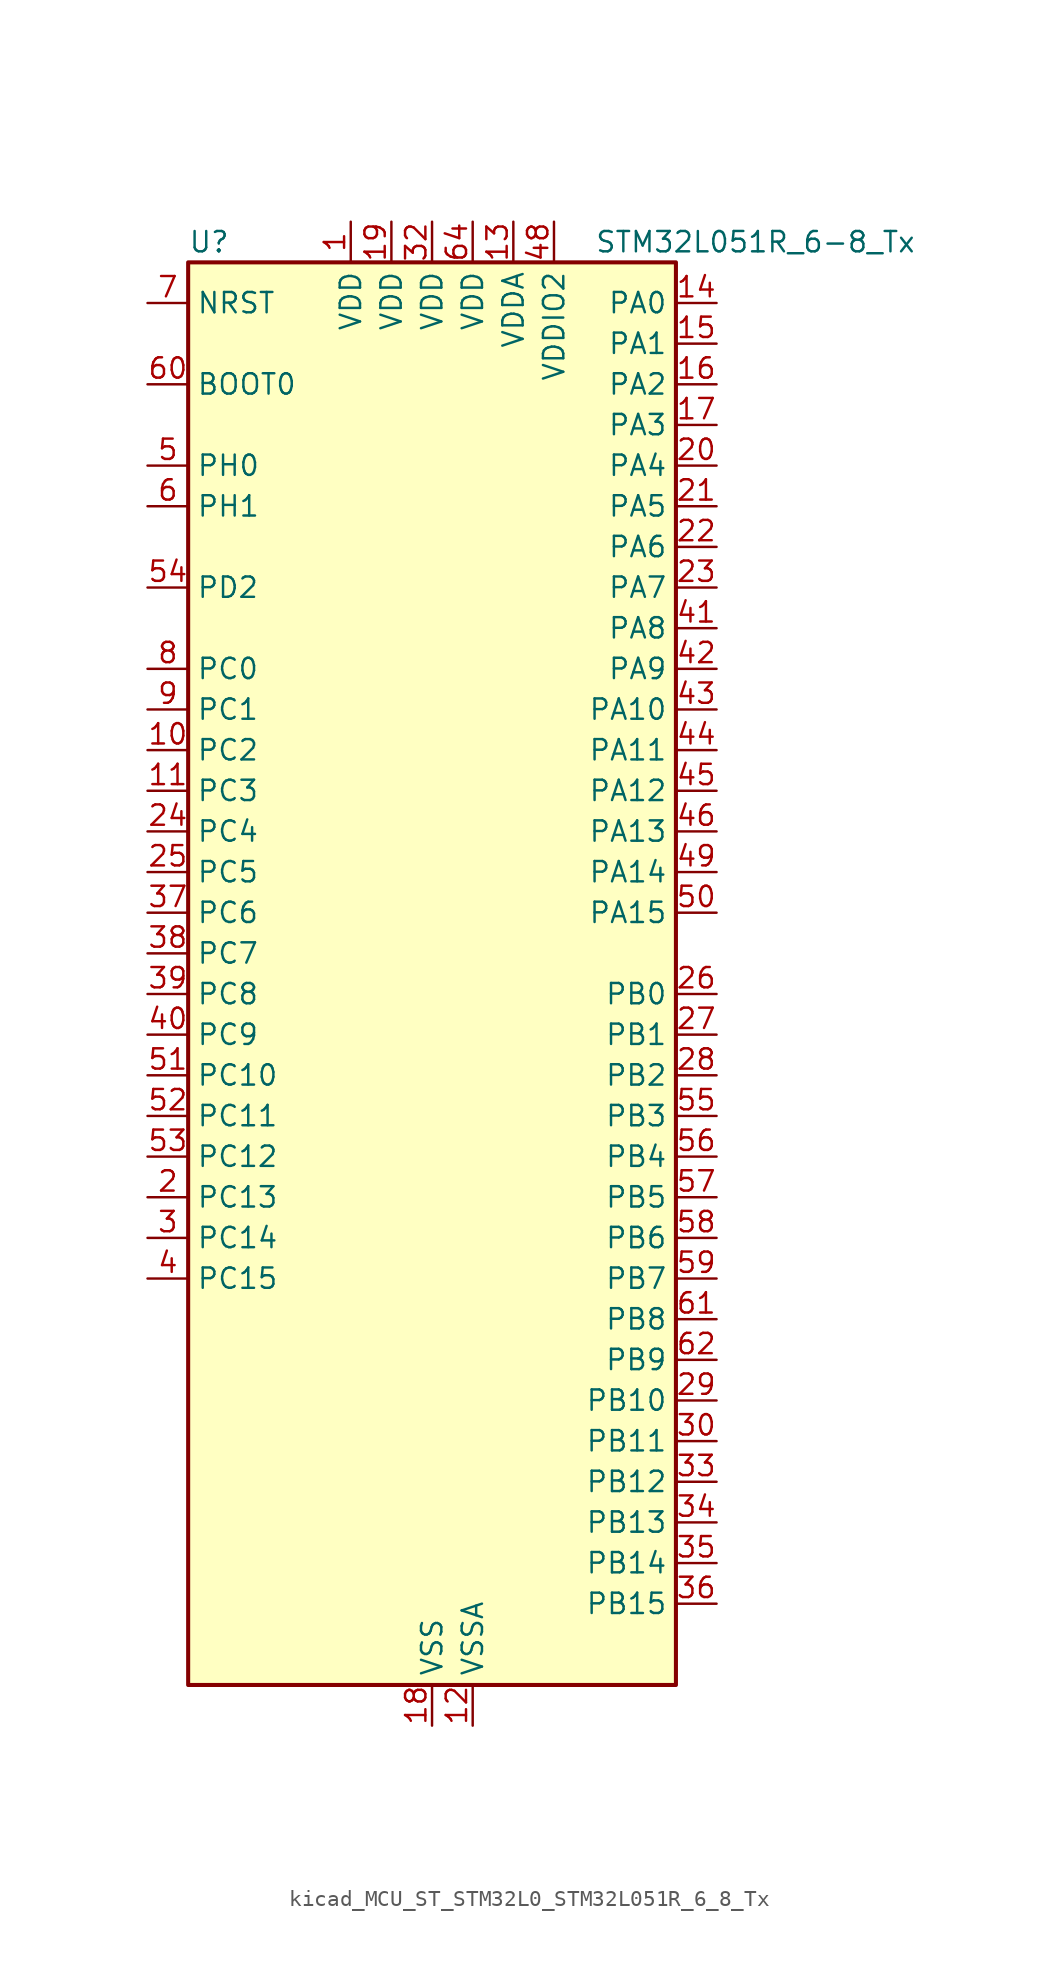
<source format=kicad_sym>
(kicad_symbol_lib
  (version 20220914)
  (generator kicad_symbol_editor)
  (symbol "kicad_MCU_ST_STM32L0_STM32L051R_6_8_Tx"
    (property "Reference" "U"
      (at -15.24 46.99 0)
      (effects (font (size 1.27 1.27)) (justify left)))
    (property "Value" "STM32L051R_6-8_Tx"
      (at 10.16 46.99 0)
      (effects (font (size 1.27 1.27)) (justify left)))
    (property "ki_locked" ""
      (at 0 0 0)
      (effects (font (size 1.27 1.27))))
    (symbol "kicad_MCU_ST_STM32L0_STM32L051R_6_8_Tx_0_1"
      (rectangle (start -15.24 -43.18) (end 15.24 45.72) (stroke (width 0.254) (type default)) (fill (type background))))
    (symbol "kicad_MCU_ST_STM32L0_STM32L051R_6_8_Tx_1_1"
      (pin power_in line (at -5.08 48.26 270) (length 2.54) (name "VDD" (effects (font (size 1.27 1.27)))) (number "1" (effects (font (size 1.27 1.27)))))
      (pin bidirectional line (at -17.78 15.24 0) (length 2.54) (name "PC2" (effects (font (size 1.27 1.27)))) (number "10" (effects (font (size 1.27 1.27)))) (alternate "ADC_IN12" bidirectional line) (alternate "I2S2_MCK" bidirectional line) (alternate "LPTIM1_IN2" bidirectional line) (alternate "SPI2_MISO" bidirectional line))
      (pin bidirectional line (at -17.78 12.7 0) (length 2.54) (name "PC3" (effects (font (size 1.27 1.27)))) (number "11" (effects (font (size 1.27 1.27)))) (alternate "ADC_IN13" bidirectional line) (alternate "I2S2_SD" bidirectional line) (alternate "LPTIM1_ETR" bidirectional line) (alternate "SPI2_MOSI" bidirectional line))
      (pin power_in line (at 2.54 -45.72 90) (length 2.54) (name "VSSA" (effects (font (size 1.27 1.27)))) (number "12" (effects (font (size 1.27 1.27)))))
      (pin power_in line (at 5.08 48.26 270) (length 2.54) (name "VDDA" (effects (font (size 1.27 1.27)))) (number "13" (effects (font (size 1.27 1.27)))))
      (pin bidirectional line (at 17.78 43.18 180) (length 2.54) (name "PA0" (effects (font (size 1.27 1.27)))) (number "14" (effects (font (size 1.27 1.27)))) (alternate "ADC_IN0" bidirectional line) (alternate "COMP1_INM" bidirectional line) (alternate "COMP1_OUT" bidirectional line) (alternate "RTC_TAMP2" bidirectional line) (alternate "SYS_WKUP1" bidirectional line) (alternate "TIM2_CH1" bidirectional line) (alternate "TIM2_ETR" bidirectional line) (alternate "USART2_CTS" bidirectional line))
      (pin bidirectional line (at 17.78 40.64 180) (length 2.54) (name "PA1" (effects (font (size 1.27 1.27)))) (number "15" (effects (font (size 1.27 1.27)))) (alternate "ADC_IN1" bidirectional line) (alternate "COMP1_INP" bidirectional line) (alternate "TIM21_ETR" bidirectional line) (alternate "TIM2_CH2" bidirectional line) (alternate "USART2_DE" bidirectional line) (alternate "USART2_RTS" bidirectional line))
      (pin bidirectional line (at 17.78 38.1 180) (length 2.54) (name "PA2" (effects (font (size 1.27 1.27)))) (number "16" (effects (font (size 1.27 1.27)))) (alternate "ADC_IN2" bidirectional line) (alternate "COMP2_INM" bidirectional line) (alternate "COMP2_OUT" bidirectional line) (alternate "TIM21_CH1" bidirectional line) (alternate "TIM2_CH3" bidirectional line) (alternate "USART2_TX" bidirectional line))
      (pin bidirectional line (at 17.78 35.56 180) (length 2.54) (name "PA3" (effects (font (size 1.27 1.27)))) (number "17" (effects (font (size 1.27 1.27)))) (alternate "ADC_IN3" bidirectional line) (alternate "COMP2_INP" bidirectional line) (alternate "TIM21_CH2" bidirectional line) (alternate "TIM2_CH4" bidirectional line) (alternate "USART2_RX" bidirectional line))
      (pin power_in line (at 0 -45.72 90) (length 2.54) (name "VSS" (effects (font (size 1.27 1.27)))) (number "18" (effects (font (size 1.27 1.27)))))
      (pin power_in line (at -2.54 48.26 270) (length 2.54) (name "VDD" (effects (font (size 1.27 1.27)))) (number "19" (effects (font (size 1.27 1.27)))))
      (pin bidirectional line (at -17.78 -12.7 0) (length 2.54) (name "PC13" (effects (font (size 1.27 1.27)))) (number "2" (effects (font (size 1.27 1.27)))) (alternate "RTC_OUT_ALARM" bidirectional line) (alternate "RTC_OUT_CALIB" bidirectional line) (alternate "RTC_TAMP1" bidirectional line) (alternate "RTC_TS" bidirectional line) (alternate "SYS_WKUP2" bidirectional line))
      (pin bidirectional line (at 17.78 33.02 180) (length 2.54) (name "PA4" (effects (font (size 1.27 1.27)))) (number "20" (effects (font (size 1.27 1.27)))) (alternate "ADC_IN4" bidirectional line) (alternate "COMP1_INM" bidirectional line) (alternate "COMP2_INM" bidirectional line) (alternate "SPI1_NSS" bidirectional line) (alternate "TIM22_ETR" bidirectional line) (alternate "USART2_CK" bidirectional line))
      (pin bidirectional line (at 17.78 30.48 180) (length 2.54) (name "PA5" (effects (font (size 1.27 1.27)))) (number "21" (effects (font (size 1.27 1.27)))) (alternate "ADC_IN5" bidirectional line) (alternate "COMP1_INM" bidirectional line) (alternate "COMP2_INM" bidirectional line) (alternate "SPI1_SCK" bidirectional line) (alternate "TIM2_CH1" bidirectional line) (alternate "TIM2_ETR" bidirectional line))
      (pin bidirectional line (at 17.78 27.94 180) (length 2.54) (name "PA6" (effects (font (size 1.27 1.27)))) (number "22" (effects (font (size 1.27 1.27)))) (alternate "ADC_IN6" bidirectional line) (alternate "COMP1_OUT" bidirectional line) (alternate "LPUART1_CTS" bidirectional line) (alternate "SPI1_MISO" bidirectional line) (alternate "TIM22_CH1" bidirectional line))
      (pin bidirectional line (at 17.78 25.4 180) (length 2.54) (name "PA7" (effects (font (size 1.27 1.27)))) (number "23" (effects (font (size 1.27 1.27)))) (alternate "ADC_IN7" bidirectional line) (alternate "COMP2_OUT" bidirectional line) (alternate "SPI1_MOSI" bidirectional line) (alternate "TIM22_CH2" bidirectional line))
      (pin bidirectional line (at -17.78 10.16 0) (length 2.54) (name "PC4" (effects (font (size 1.27 1.27)))) (number "24" (effects (font (size 1.27 1.27)))) (alternate "ADC_IN14" bidirectional line) (alternate "LPUART1_TX" bidirectional line))
      (pin bidirectional line (at -17.78 7.62 0) (length 2.54) (name "PC5" (effects (font (size 1.27 1.27)))) (number "25" (effects (font (size 1.27 1.27)))) (alternate "ADC_IN15" bidirectional line) (alternate "LPUART1_RX" bidirectional line))
      (pin bidirectional line (at 17.78 0 180) (length 2.54) (name "PB0" (effects (font (size 1.27 1.27)))) (number "26" (effects (font (size 1.27 1.27)))) (alternate "ADC_IN8" bidirectional line) (alternate "SYS_VREF_OUT_PB0" bidirectional line))
      (pin bidirectional line (at 17.78 -2.54 180) (length 2.54) (name "PB1" (effects (font (size 1.27 1.27)))) (number "27" (effects (font (size 1.27 1.27)))) (alternate "ADC_IN9" bidirectional line) (alternate "LPUART1_DE" bidirectional line) (alternate "LPUART1_RTS" bidirectional line) (alternate "SYS_VREF_OUT_PB1" bidirectional line))
      (pin bidirectional line (at 17.78 -5.08 180) (length 2.54) (name "PB2" (effects (font (size 1.27 1.27)))) (number "28" (effects (font (size 1.27 1.27)))) (alternate "LPTIM1_OUT" bidirectional line))
      (pin bidirectional line (at 17.78 -25.4 180) (length 2.54) (name "PB10" (effects (font (size 1.27 1.27)))) (number "29" (effects (font (size 1.27 1.27)))) (alternate "I2C2_SCL" bidirectional line) (alternate "LPUART1_TX" bidirectional line) (alternate "SPI2_SCK" bidirectional line) (alternate "TIM2_CH3" bidirectional line))
      (pin bidirectional line (at -17.78 -15.24 0) (length 2.54) (name "PC14" (effects (font (size 1.27 1.27)))) (number "3" (effects (font (size 1.27 1.27)))) (alternate "RCC_OSC32_IN" bidirectional line))
      (pin bidirectional line (at 17.78 -27.94 180) (length 2.54) (name "PB11" (effects (font (size 1.27 1.27)))) (number "30" (effects (font (size 1.27 1.27)))) (alternate "ADC_EXTI11" bidirectional line) (alternate "I2C2_SDA" bidirectional line) (alternate "LPUART1_RX" bidirectional line) (alternate "TIM2_CH4" bidirectional line))
      (pin passive line (at 0 -45.72 90) (length 2.54) hide (name "VSS" (effects (font (size 1.27 1.27)))) (number "31" (effects (font (size 1.27 1.27)))))
      (pin power_in line (at 0 48.26 270) (length 2.54) (name "VDD" (effects (font (size 1.27 1.27)))) (number "32" (effects (font (size 1.27 1.27)))))
      (pin bidirectional line (at 17.78 -30.48 180) (length 2.54) (name "PB12" (effects (font (size 1.27 1.27)))) (number "33" (effects (font (size 1.27 1.27)))) (alternate "I2S2_WS" bidirectional line) (alternate "LPUART1_DE" bidirectional line) (alternate "LPUART1_RTS" bidirectional line) (alternate "SPI2_NSS" bidirectional line))
      (pin bidirectional line (at 17.78 -33.02 180) (length 2.54) (name "PB13" (effects (font (size 1.27 1.27)))) (number "34" (effects (font (size 1.27 1.27)))) (alternate "I2C2_SCL" bidirectional line) (alternate "I2S2_CK" bidirectional line) (alternate "LPUART1_CTS" bidirectional line) (alternate "SPI2_SCK" bidirectional line) (alternate "TIM21_CH1" bidirectional line))
      (pin bidirectional line (at 17.78 -35.56 180) (length 2.54) (name "PB14" (effects (font (size 1.27 1.27)))) (number "35" (effects (font (size 1.27 1.27)))) (alternate "I2C2_SDA" bidirectional line) (alternate "I2S2_MCK" bidirectional line) (alternate "LPUART1_DE" bidirectional line) (alternate "LPUART1_RTS" bidirectional line) (alternate "RTC_OUT_ALARM" bidirectional line) (alternate "RTC_OUT_CALIB" bidirectional line) (alternate "SPI2_MISO" bidirectional line) (alternate "TIM21_CH2" bidirectional line))
      (pin bidirectional line (at 17.78 -38.1 180) (length 2.54) (name "PB15" (effects (font (size 1.27 1.27)))) (number "36" (effects (font (size 1.27 1.27)))) (alternate "I2S2_SD" bidirectional line) (alternate "RTC_REFIN" bidirectional line) (alternate "SPI2_MOSI" bidirectional line))
      (pin bidirectional line (at -17.78 5.08 0) (length 2.54) (name "PC6" (effects (font (size 1.27 1.27)))) (number "37" (effects (font (size 1.27 1.27)))) (alternate "TIM22_CH1" bidirectional line))
      (pin bidirectional line (at -17.78 2.54 0) (length 2.54) (name "PC7" (effects (font (size 1.27 1.27)))) (number "38" (effects (font (size 1.27 1.27)))) (alternate "TIM22_CH2" bidirectional line))
      (pin bidirectional line (at -17.78 0 0) (length 2.54) (name "PC8" (effects (font (size 1.27 1.27)))) (number "39" (effects (font (size 1.27 1.27)))) (alternate "TIM22_ETR" bidirectional line))
      (pin bidirectional line (at -17.78 -17.78 0) (length 2.54) (name "PC15" (effects (font (size 1.27 1.27)))) (number "4" (effects (font (size 1.27 1.27)))) (alternate "RCC_OSC32_OUT" bidirectional line))
      (pin bidirectional line (at -17.78 -2.54 0) (length 2.54) (name "PC9" (effects (font (size 1.27 1.27)))) (number "40" (effects (font (size 1.27 1.27)))) (alternate "TIM21_ETR" bidirectional line))
      (pin bidirectional line (at 17.78 22.86 180) (length 2.54) (name "PA8" (effects (font (size 1.27 1.27)))) (number "41" (effects (font (size 1.27 1.27)))) (alternate "RCC_MCO" bidirectional line) (alternate "USART1_CK" bidirectional line))
      (pin bidirectional line (at 17.78 20.32 180) (length 2.54) (name "PA9" (effects (font (size 1.27 1.27)))) (number "42" (effects (font (size 1.27 1.27)))) (alternate "RCC_MCO" bidirectional line) (alternate "USART1_TX" bidirectional line))
      (pin bidirectional line (at 17.78 17.78 180) (length 2.54) (name "PA10" (effects (font (size 1.27 1.27)))) (number "43" (effects (font (size 1.27 1.27)))) (alternate "USART1_RX" bidirectional line))
      (pin bidirectional line (at 17.78 15.24 180) (length 2.54) (name "PA11" (effects (font (size 1.27 1.27)))) (number "44" (effects (font (size 1.27 1.27)))) (alternate "ADC_EXTI11" bidirectional line) (alternate "COMP1_OUT" bidirectional line) (alternate "SPI1_MISO" bidirectional line) (alternate "USART1_CTS" bidirectional line))
      (pin bidirectional line (at 17.78 12.7 180) (length 2.54) (name "PA12" (effects (font (size 1.27 1.27)))) (number "45" (effects (font (size 1.27 1.27)))) (alternate "COMP2_OUT" bidirectional line) (alternate "SPI1_MOSI" bidirectional line) (alternate "USART1_DE" bidirectional line) (alternate "USART1_RTS" bidirectional line))
      (pin bidirectional line (at 17.78 10.16 180) (length 2.54) (name "PA13" (effects (font (size 1.27 1.27)))) (number "46" (effects (font (size 1.27 1.27)))) (alternate "SYS_SWDIO" bidirectional line))
      (pin passive line (at 0 -45.72 90) (length 2.54) hide (name "VSS" (effects (font (size 1.27 1.27)))) (number "47" (effects (font (size 1.27 1.27)))))
      (pin power_in line (at 7.62 48.26 270) (length 2.54) (name "VDDIO2" (effects (font (size 1.27 1.27)))) (number "48" (effects (font (size 1.27 1.27)))))
      (pin bidirectional line (at 17.78 7.62 180) (length 2.54) (name "PA14" (effects (font (size 1.27 1.27)))) (number "49" (effects (font (size 1.27 1.27)))) (alternate "SYS_SWCLK" bidirectional line) (alternate "USART2_TX" bidirectional line))
      (pin bidirectional line (at -17.78 33.02 0) (length 2.54) (name "PH0" (effects (font (size 1.27 1.27)))) (number "5" (effects (font (size 1.27 1.27)))) (alternate "RCC_OSC_IN" bidirectional line))
      (pin bidirectional line (at 17.78 5.08 180) (length 2.54) (name "PA15" (effects (font (size 1.27 1.27)))) (number "50" (effects (font (size 1.27 1.27)))) (alternate "SPI1_NSS" bidirectional line) (alternate "TIM2_CH1" bidirectional line) (alternate "TIM2_ETR" bidirectional line) (alternate "USART2_RX" bidirectional line))
      (pin bidirectional line (at -17.78 -5.08 0) (length 2.54) (name "PC10" (effects (font (size 1.27 1.27)))) (number "51" (effects (font (size 1.27 1.27)))) (alternate "LPUART1_TX" bidirectional line))
      (pin bidirectional line (at -17.78 -7.62 0) (length 2.54) (name "PC11" (effects (font (size 1.27 1.27)))) (number "52" (effects (font (size 1.27 1.27)))) (alternate "ADC_EXTI11" bidirectional line) (alternate "LPUART1_RX" bidirectional line))
      (pin bidirectional line (at -17.78 -10.16 0) (length 2.54) (name "PC12" (effects (font (size 1.27 1.27)))) (number "53" (effects (font (size 1.27 1.27)))))
      (pin bidirectional line (at -17.78 25.4 0) (length 2.54) (name "PD2" (effects (font (size 1.27 1.27)))) (number "54" (effects (font (size 1.27 1.27)))) (alternate "LPUART1_DE" bidirectional line) (alternate "LPUART1_RTS" bidirectional line))
      (pin bidirectional line (at 17.78 -7.62 180) (length 2.54) (name "PB3" (effects (font (size 1.27 1.27)))) (number "55" (effects (font (size 1.27 1.27)))) (alternate "COMP2_INM" bidirectional line) (alternate "SPI1_SCK" bidirectional line) (alternate "TIM2_CH2" bidirectional line))
      (pin bidirectional line (at 17.78 -10.16 180) (length 2.54) (name "PB4" (effects (font (size 1.27 1.27)))) (number "56" (effects (font (size 1.27 1.27)))) (alternate "COMP2_INP" bidirectional line) (alternate "SPI1_MISO" bidirectional line) (alternate "TIM22_CH1" bidirectional line))
      (pin bidirectional line (at 17.78 -12.7 180) (length 2.54) (name "PB5" (effects (font (size 1.27 1.27)))) (number "57" (effects (font (size 1.27 1.27)))) (alternate "COMP2_INP" bidirectional line) (alternate "I2C1_SMBA" bidirectional line) (alternate "LPTIM1_IN1" bidirectional line) (alternate "SPI1_MOSI" bidirectional line) (alternate "TIM22_CH2" bidirectional line))
      (pin bidirectional line (at 17.78 -15.24 180) (length 2.54) (name "PB6" (effects (font (size 1.27 1.27)))) (number "58" (effects (font (size 1.27 1.27)))) (alternate "COMP2_INP" bidirectional line) (alternate "I2C1_SCL" bidirectional line) (alternate "LPTIM1_ETR" bidirectional line) (alternate "USART1_TX" bidirectional line))
      (pin bidirectional line (at 17.78 -17.78 180) (length 2.54) (name "PB7" (effects (font (size 1.27 1.27)))) (number "59" (effects (font (size 1.27 1.27)))) (alternate "COMP2_INP" bidirectional line) (alternate "I2C1_SDA" bidirectional line) (alternate "LPTIM1_IN2" bidirectional line) (alternate "SYS_PVD_IN" bidirectional line) (alternate "USART1_RX" bidirectional line))
      (pin bidirectional line (at -17.78 30.48 0) (length 2.54) (name "PH1" (effects (font (size 1.27 1.27)))) (number "6" (effects (font (size 1.27 1.27)))) (alternate "RCC_OSC_OUT" bidirectional line))
      (pin input line (at -17.78 38.1 0) (length 2.54) (name "BOOT0" (effects (font (size 1.27 1.27)))) (number "60" (effects (font (size 1.27 1.27)))))
      (pin bidirectional line (at 17.78 -20.32 180) (length 2.54) (name "PB8" (effects (font (size 1.27 1.27)))) (number "61" (effects (font (size 1.27 1.27)))) (alternate "I2C1_SCL" bidirectional line))
      (pin bidirectional line (at 17.78 -22.86 180) (length 2.54) (name "PB9" (effects (font (size 1.27 1.27)))) (number "62" (effects (font (size 1.27 1.27)))) (alternate "I2C1_SDA" bidirectional line) (alternate "I2S2_WS" bidirectional line) (alternate "SPI2_NSS" bidirectional line))
      (pin passive line (at 0 -45.72 90) (length 2.54) hide (name "VSS" (effects (font (size 1.27 1.27)))) (number "63" (effects (font (size 1.27 1.27)))))
      (pin power_in line (at 2.54 48.26 270) (length 2.54) (name "VDD" (effects (font (size 1.27 1.27)))) (number "64" (effects (font (size 1.27 1.27)))))
      (pin input line (at -17.78 43.18 0) (length 2.54) (name "NRST" (effects (font (size 1.27 1.27)))) (number "7" (effects (font (size 1.27 1.27)))))
      (pin bidirectional line (at -17.78 20.32 0) (length 2.54) (name "PC0" (effects (font (size 1.27 1.27)))) (number "8" (effects (font (size 1.27 1.27)))) (alternate "ADC_IN10" bidirectional line) (alternate "LPTIM1_IN1" bidirectional line))
      (pin bidirectional line (at -17.78 17.78 0) (length 2.54) (name "PC1" (effects (font (size 1.27 1.27)))) (number "9" (effects (font (size 1.27 1.27)))) (alternate "ADC_IN11" bidirectional line) (alternate "LPTIM1_OUT" bidirectional line)))))
</source>
